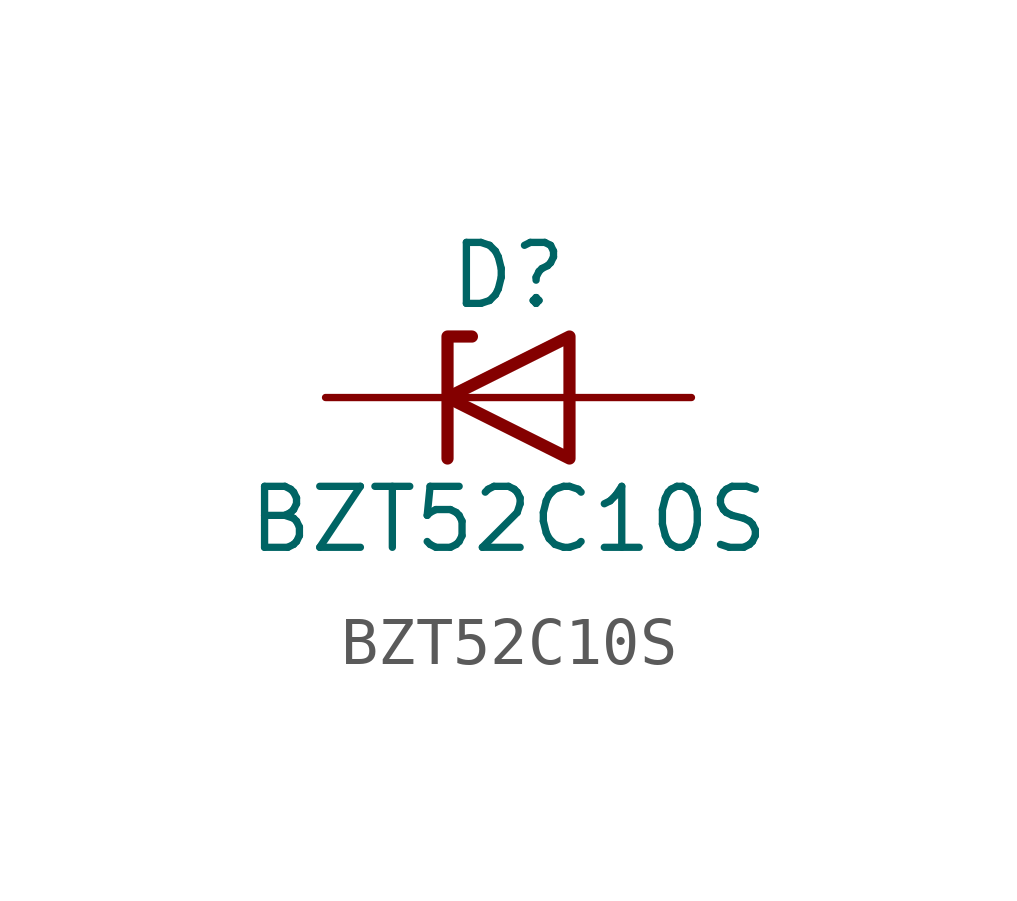
<source format=kicad_sym>
(kicad_symbol_lib
  (version 20241209)
  (generator "kicad_symbol_editor")
  (generator_version "9.0")
  (symbol "BZT52C10S"
    (pin_numbers
      (hide yes))
    (pin_names
      (offset 1.016)
      (hide yes))
    (property "Reference" "D"
      (at 0 2.54 0)
      (effects (font (size 1.27 1.27))))
    (property "Value" "BZT52C10S"
      (at 0 -2.54 0)
      (effects (font (size 1.27 1.27))))
    (symbol "BZT52C10S_0_1"
      (polyline (pts (xy -1.27 -1.27) (xy -1.27 1.27) (xy -0.762 1.27)) (stroke (width 0.254) (type default)) (fill (type none)))
      (polyline (pts (xy 1.27 0) (xy -1.27 0)) (stroke (width 0) (type default)) (fill (type none)))
      (polyline (pts (xy 1.27 -1.27) (xy 1.27 1.27) (xy -1.27 0) (xy 1.27 -1.27)) (stroke (width 0.254) (type default)) (fill (type none))))
    (symbol "BZT52C10S_1_1"
      (pin passive line (at -3.81 0 0) (length 2.54) (name "K" (effects (font (size 1.27 1.27)))) (number "1" (effects (font (size 1.27 1.27)))))
      (pin passive line (at 3.81 0 180) (length 2.54) (name "A" (effects (font (size 1.27 1.27)))) (number "2" (effects (font (size 1.27 1.27))))))))
</source>
